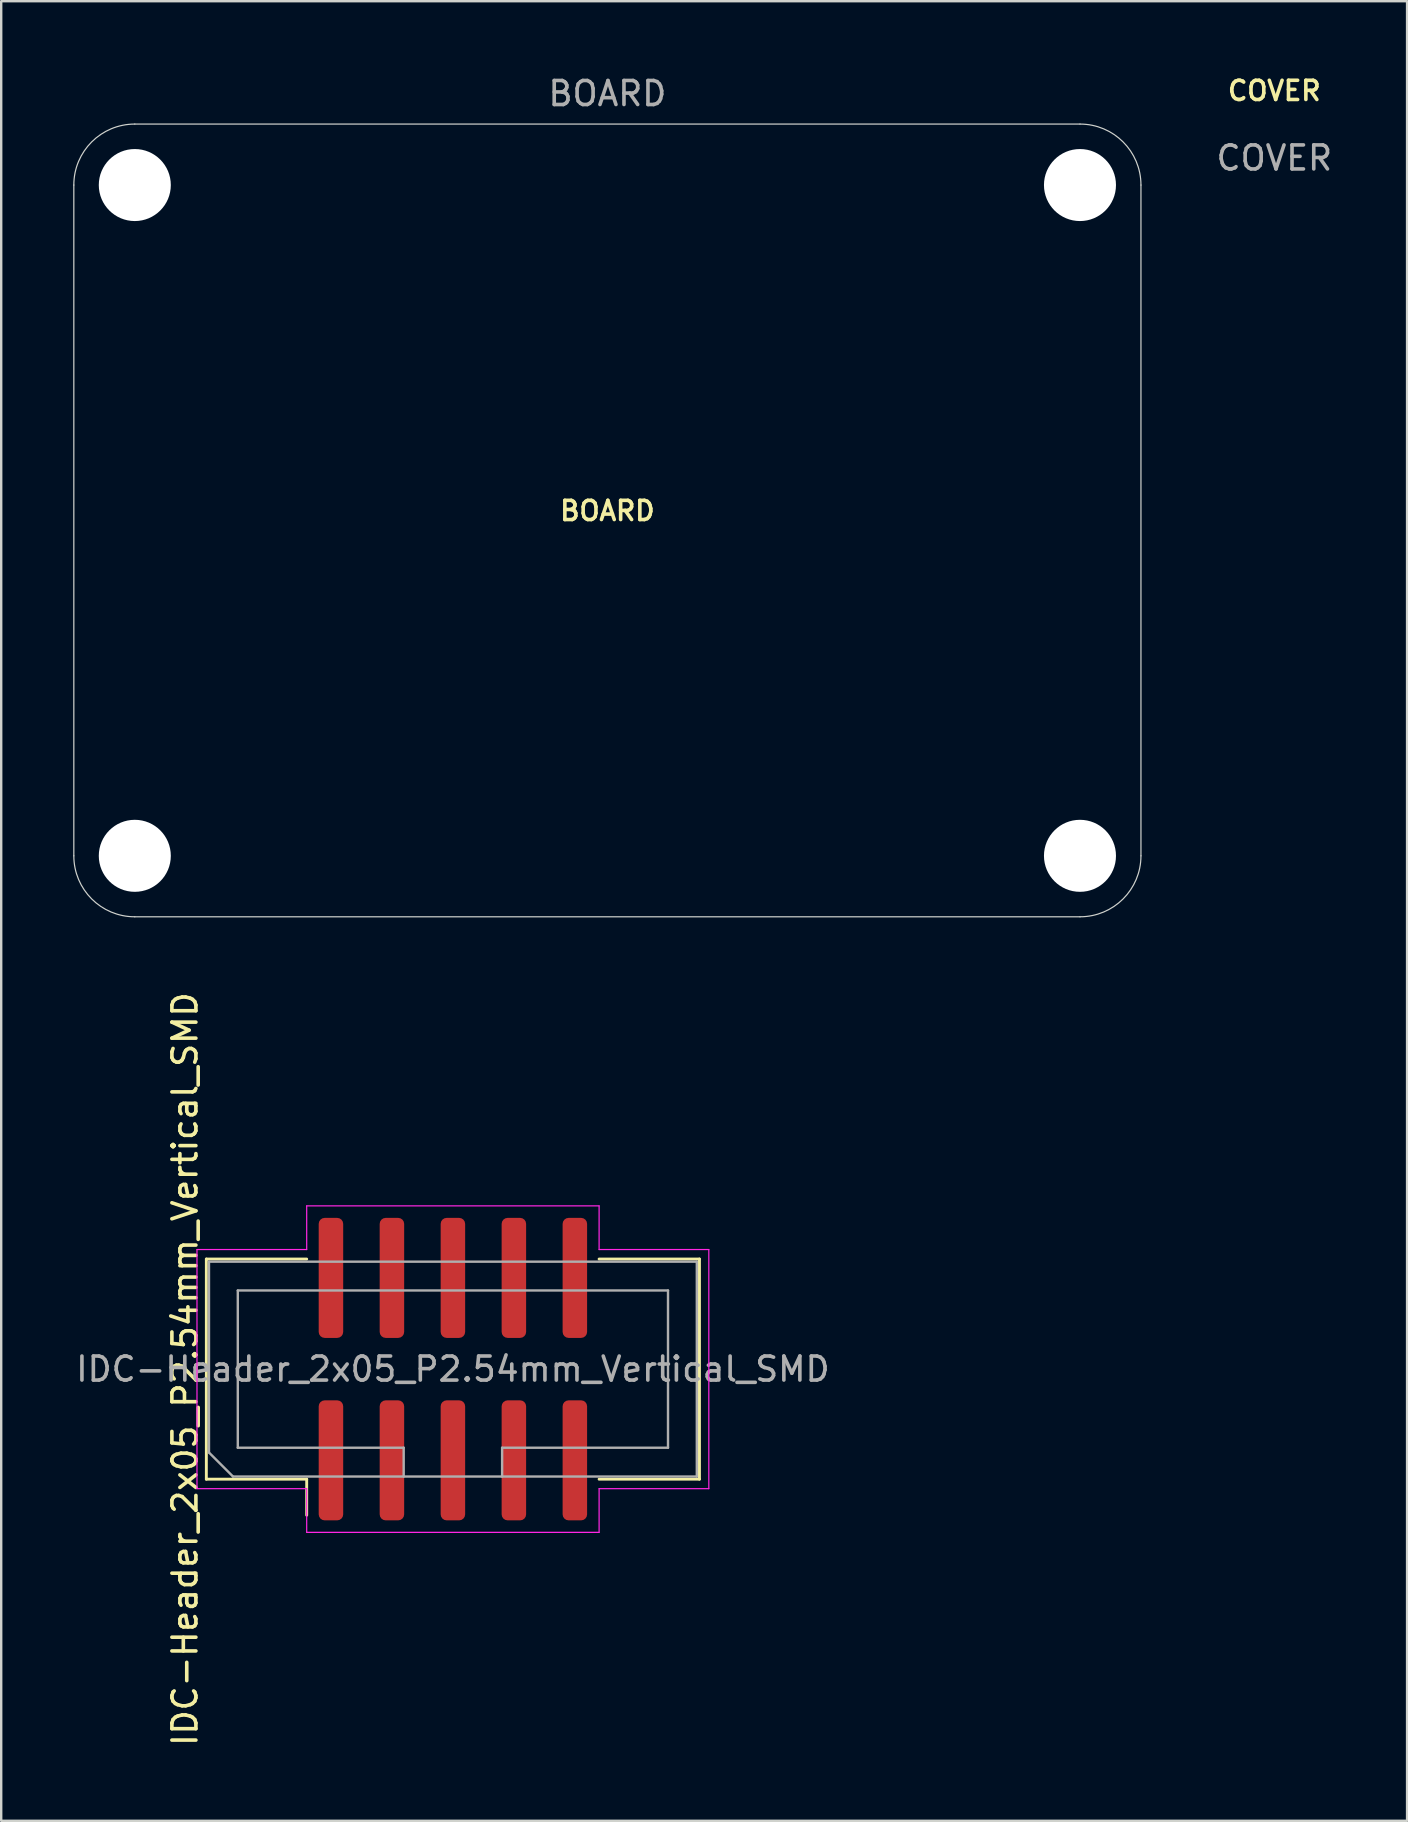
<source format=kicad_pcb>
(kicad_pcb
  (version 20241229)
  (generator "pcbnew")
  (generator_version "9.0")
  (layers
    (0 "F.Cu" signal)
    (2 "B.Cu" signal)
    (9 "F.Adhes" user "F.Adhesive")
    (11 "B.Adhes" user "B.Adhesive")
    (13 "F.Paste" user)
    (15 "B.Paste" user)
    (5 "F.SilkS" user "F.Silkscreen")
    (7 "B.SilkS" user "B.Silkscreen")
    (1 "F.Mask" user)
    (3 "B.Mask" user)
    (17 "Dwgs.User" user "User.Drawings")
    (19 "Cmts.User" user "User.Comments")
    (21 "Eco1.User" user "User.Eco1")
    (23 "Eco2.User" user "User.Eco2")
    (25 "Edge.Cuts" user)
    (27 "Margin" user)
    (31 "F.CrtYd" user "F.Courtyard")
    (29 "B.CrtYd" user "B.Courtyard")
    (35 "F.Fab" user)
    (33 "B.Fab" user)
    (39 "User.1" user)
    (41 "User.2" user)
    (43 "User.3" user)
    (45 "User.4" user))
  (footprint "IDC-Header_2x05_P2.54mm_Vertical_SMD"
    (layer "F.Cu")
    (at 15.815 53.979)
    (property "Reference" "IDC-Header_2x05_P2.54mm_Vertical_SMD" (at -11.16 0 90) (layer "F.SilkS") (effects (font (size 1 1) (thickness 0.15))))
    (attr smd)
    (fp_line (start -10.27 -4.585) (end -6.09 -4.585) (stroke (width 0.12) (type solid)) (layer "F.SilkS"))
    (fp_line (start -10.27 4.585) (end -10.27 -4.585) (stroke (width 0.12) (type solid)) (layer "F.SilkS"))
    (fp_line (start -6.09 4.585) (end -10.27 4.585) (stroke (width 0.12) (type solid)) (layer "F.SilkS"))
    (fp_line (start -6.09 4.585) (end -6.09 6.085) (stroke (width 0.12) (type solid)) (layer "F.SilkS"))
    (fp_line (start 6.09 4.585) (end 10.27 4.585) (stroke (width 0.12) (type solid)) (layer "F.SilkS"))
    (fp_line (start 10.27 -4.585) (end 6.09 -4.585) (stroke (width 0.12) (type solid)) (layer "F.SilkS"))
    (fp_line (start 10.27 4.585) (end 10.27 -4.585) (stroke (width 0.12) (type solid)) (layer "F.SilkS"))
    (fp_line (start -10.66 -4.98) (end -10.66 4.98) (stroke (width 0.05) (type solid)) (layer "F.CrtYd"))
    (fp_line (start -10.66 4.98) (end -6.09 4.98) (stroke (width 0.05) (type solid)) (layer "F.CrtYd"))
    (fp_line (start -6.09 -6.8) (end -6.09 -4.98) (stroke (width 0.05) (type solid)) (layer "F.CrtYd"))
    (fp_line (start -6.09 -4.98) (end -10.66 -4.98) (stroke (width 0.05) (type solid)) (layer "F.CrtYd"))
    (fp_line (start -6.09 4.98) (end -6.09 6.8) (stroke (width 0.05) (type solid)) (layer "F.CrtYd"))
    (fp_line (start -6.09 6.8) (end 6.09 6.8) (stroke (width 0.05) (type solid)) (layer "F.CrtYd"))
    (fp_line (start 6.09 -6.8) (end -6.09 -6.8) (stroke (width 0.05) (type solid)) (layer "F.CrtYd"))
    (fp_line (start 6.09 -4.98) (end 6.09 -6.8) (stroke (width 0.05) (type solid)) (layer "F.CrtYd"))
    (fp_line (start 6.09 4.98) (end 10.66 4.98) (stroke (width 0.05) (type solid)) (layer "F.CrtYd"))
    (fp_line (start 6.09 6.8) (end 6.09 4.98) (stroke (width 0.05) (type solid)) (layer "F.CrtYd"))
    (fp_line (start 10.66 -4.98) (end 6.09 -4.98) (stroke (width 0.05) (type solid)) (layer "F.CrtYd"))
    (fp_line (start 10.66 4.98) (end 10.66 -4.98) (stroke (width 0.05) (type solid)) (layer "F.CrtYd"))
    (fp_line (start -10.16 -4.475) (end 10.16 -4.475) (stroke (width 0.1) (type solid)) (layer "F.Fab"))
    (fp_line (start -10.16 3.475) (end -10.16 -4.475) (stroke (width 0.1) (type solid)) (layer "F.Fab"))
    (fp_line (start -9.16 4.475) (end -10.16 3.475) (stroke (width 0.1) (type solid)) (layer "F.Fab"))
    (fp_line (start -8.96 -3.275) (end 8.96 -3.275) (stroke (width 0.1) (type solid)) (layer "F.Fab"))
    (fp_line (start -8.96 3.275) (end -8.96 -3.275) (stroke (width 0.1) (type solid)) (layer "F.Fab"))
    (fp_line (start -2.05 3.275) (end -8.96 3.275) (stroke (width 0.1) (type solid)) (layer "F.Fab"))
    (fp_line (start -2.05 4.475) (end -2.05 3.275) (stroke (width 0.1) (type solid)) (layer "F.Fab"))
    (fp_line (start 2.05 3.275) (end 2.05 4.475) (stroke (width 0.1) (type solid)) (layer "F.Fab"))
    (fp_line (start 8.96 -3.275) (end 8.96 3.275) (stroke (width 0.1) (type solid)) (layer "F.Fab"))
    (fp_line (start 8.96 3.275) (end 2.05 3.275) (stroke (width 0.1) (type solid)) (layer "F.Fab"))
    (fp_line (start 10.16 -4.475) (end 10.16 4.475) (stroke (width 0.1) (type solid)) (layer "F.Fab"))
    (fp_line (start 10.16 4.475) (end -9.16 4.475) (stroke (width 0.1) (type solid)) (layer "F.Fab"))
    (fp_text user "${REFERENCE}" (at 0 0 180) (layer "F.Fab") (effects (font (size 1 1) (thickness 0.15))))
    (pad "1" smd roundrect (at -5.08 3.8 90) (size 5 1.02) (layers "F.Cu" "F.Mask" "F.Paste") (roundrect_rratio 0.245))
    (pad "2" smd roundrect (at -5.08 -3.8 90) (size 5 1.02) (layers "F.Cu" "F.Mask" "F.Paste") (roundrect_rratio 0.245))
    (pad "3" smd roundrect (at -2.54 3.8 90) (size 5 1.02) (layers "F.Cu" "F.Mask" "F.Paste") (roundrect_rratio 0.245))
    (pad "4" smd roundrect (at -2.54 -3.8 90) (size 5 1.02) (layers "F.Cu" "F.Mask" "F.Paste") (roundrect_rratio 0.245))
    (pad "5" smd roundrect (at 0 3.8 90) (size 5 1.02) (layers "F.Cu" "F.Mask" "F.Paste") (roundrect_rratio 0.245))
    (pad "6" smd roundrect (at 0 -3.8 90) (size 5 1.02) (layers "F.Cu" "F.Mask" "F.Paste") (roundrect_rratio 0.245))
    (pad "7" smd roundrect (at 2.54 3.8 90) (size 5 1.02) (layers "F.Cu" "F.Mask" "F.Paste") (roundrect_rratio 0.245))
    (pad "8" smd roundrect (at 2.54 -3.8 90) (size 5 1.02) (layers "F.Cu" "F.Mask" "F.Paste") (roundrect_rratio 0.245))
    (pad "9" smd roundrect (at 5.08 3.8 90) (size 5 1.02) (layers "F.Cu" "F.Mask" "F.Paste") (roundrect_rratio 0.245))
    (pad "10" smd roundrect (at 5.08 -3.8 90) (size 5 1.02) (layers "F.Cu" "F.Mask" "F.Paste") (roundrect_rratio 0.245)))
  (footprint "BOARD"
    (layer "F.Cu")
    (at 22.25 18.628)
    (property "Reference" "BOARD" (at 0 -0.4 0) (unlocked yes) (layer "F.SilkS") (effects (font (size 0.8 0.8) (thickness 0.15))))
    (attr through_hole)
    (fp_line (start -22.225 -13.97) (end -22.225 13.97) (stroke (width 0.05) (type solid)) (layer "Edge.Cuts"))
    (fp_line (start 19.685 -16.51) (end -19.685 -16.51) (stroke (width 0.05) (type solid)) (layer "Edge.Cuts"))
    (fp_line (start 19.685 16.51) (end -19.685 16.51) (stroke (width 0.05) (type solid)) (layer "Edge.Cuts"))
    (fp_line (start 22.225 -13.97) (end 22.225 13.97) (stroke (width 0.05) (type solid)) (layer "Edge.Cuts"))
    (fp_arc (start -22.225 -13.97) (mid -21.481051 -15.766051) (end -19.685 -16.51) (stroke (width 0.05) (type default)) (layer "Edge.Cuts"))
    (fp_arc (start -19.685 16.51) (mid -21.481051 15.766051) (end -22.225 13.97) (stroke (width 0.05) (type default)) (layer "Edge.Cuts"))
    (fp_arc (start 19.685 -16.51) (mid 21.481051 -15.766051) (end 22.225 -13.97) (stroke (width 0.05) (type default)) (layer "Edge.Cuts"))
    (fp_arc (start 22.225 13.97) (mid 21.481051 15.766051) (end 19.685 16.51) (stroke (width 0.05) (type default)) (layer "Edge.Cuts"))
    (fp_text user "${REFERENCE}" (at 0 -17.78 0) (unlocked yes) (layer "F.Fab") (effects (font (size 1 1) (thickness 0.15))))
    (pad "" np_thru_hole circle (at -19.685 -13.97) (size 3 3) (drill 3) (layers "*.Cu" "*.Mask"))
    (pad "" np_thru_hole circle (at -19.685 13.97) (size 3 3) (drill 3) (layers "*.Cu" "*.Mask"))
    (pad "" np_thru_hole circle (at 19.685 -13.97) (size 3 3) (drill 3) (layers "*.Cu" "*.Mask"))
    (pad "" np_thru_hole circle (at 19.685 13.97) (size 3 3) (drill 3) (layers "*.Cu" "*.Mask")))
  (footprint "COVER"
    (layer "F.Cu")
    (at 50.03 1.131)
    (property "Reference" "COVER" (at 0 -0.4 0) (unlocked yes) (layer "F.SilkS") (effects (font (size 0.8 0.8) (thickness 0.15))))
    (attr through_hole)
    (fp_text user "${REFERENCE}" (at 0 2.4 0) (unlocked yes) (layer "F.Fab") (effects (font (size 1 1) (thickness 0.15)))))
  (gr_rect
    (start -3 -3)
    (end 55.56 72.794)
    (stroke (width 0.1) (type default))
    (fill no)
    (layer "Edge.Cuts")))
</source>
